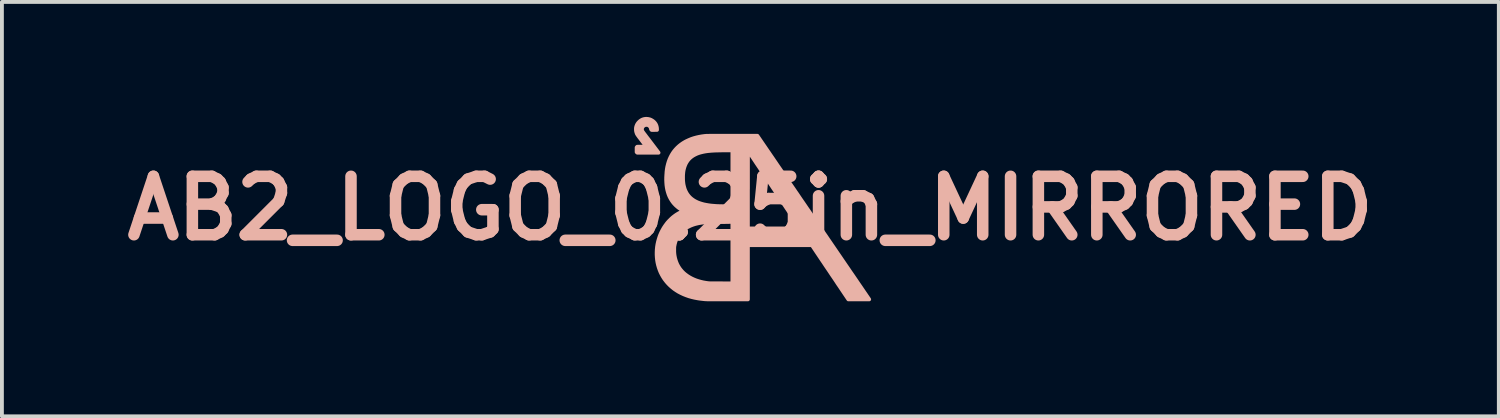
<source format=kicad_pcb>
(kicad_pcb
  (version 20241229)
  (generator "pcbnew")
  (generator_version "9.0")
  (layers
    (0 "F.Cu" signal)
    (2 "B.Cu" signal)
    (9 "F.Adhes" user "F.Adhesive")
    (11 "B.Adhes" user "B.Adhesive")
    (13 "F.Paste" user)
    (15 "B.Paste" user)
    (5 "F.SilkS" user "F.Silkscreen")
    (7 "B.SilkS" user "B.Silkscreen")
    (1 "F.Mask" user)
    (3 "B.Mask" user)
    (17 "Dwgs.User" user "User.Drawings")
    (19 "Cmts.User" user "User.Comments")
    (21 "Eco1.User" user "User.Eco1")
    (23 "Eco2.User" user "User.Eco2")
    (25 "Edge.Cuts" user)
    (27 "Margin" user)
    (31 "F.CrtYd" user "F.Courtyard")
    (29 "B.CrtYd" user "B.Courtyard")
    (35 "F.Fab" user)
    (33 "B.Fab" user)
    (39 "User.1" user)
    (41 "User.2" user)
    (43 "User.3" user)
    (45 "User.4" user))
  (footprint "AB2_LOGO_0.25in_MIRRORED"
    (layer "F.Cu")
    (at 16.517 2.382)
    (property "Reference" "AB2_LOGO_0.25in_MIRRORED" (at 0 0 0) (layer "B.SilkS") (effects (font (size 1.524 1.524) (thickness 0.3))))
    (attr through_hole)
    (fp_poly (pts (xy -2.394 -1.45) (xy -2.671 -1.45) (xy -2.947 -1.45) (xy -2.956 -1.458) (xy -2.965 -1.466) (xy -2.965 -1.527) (xy -2.965 -1.588) (xy -2.958 -1.596) (xy -2.95 -1.605) (xy -2.83 -1.606) (xy -2.808 -1.606) (xy -2.787 -1.606) (xy -2.768 -1.606) (xy -2.751 -1.607) (xy -2.736 -1.607) (xy -2.725 -1.607) (xy -2.716 -1.607) (xy -2.711 -1.607) (xy -2.71 -1.607) (xy -2.711 -1.609) (xy -2.715 -1.614) (xy -2.72 -1.622) (xy -2.728 -1.632) (xy -2.737 -1.644) (xy -2.748 -1.658) (xy -2.76 -1.674) (xy -2.773 -1.691) (xy -2.787 -1.71) (xy -2.79 -1.714) (xy -2.814 -1.745) (xy -2.835 -1.773) (xy -2.854 -1.798) (xy -2.871 -1.82) (xy -2.886 -1.84) (xy -2.9 -1.857) (xy -2.911 -1.873) (xy -2.921 -1.886) (xy -2.929 -1.897) (xy -2.936 -1.908) (xy -2.942 -1.916) (xy -2.947 -1.924) (xy -2.951 -1.931) (xy -2.955 -1.937) (xy -2.958 -1.942) (xy -2.96 -1.948) (xy -2.962 -1.953) (xy -2.964 -1.958) (xy -2.966 -1.964) (xy -2.967 -1.967) (xy -2.974 -1.989) (xy -2.979 -2.01) (xy -2.982 -2.032) (xy -2.983 -2.055) (xy -2.983 -2.062) (xy -2.983 -2.08) (xy -2.982 -2.096) (xy -2.979 -2.111) (xy -2.976 -2.126) (xy -2.971 -2.143) (xy -2.969 -2.147) (xy -2.958 -2.176) (xy -2.942 -2.204) (xy -2.923 -2.23) (xy -2.901 -2.253) (xy -2.877 -2.275) (xy -2.851 -2.293) (xy -2.823 -2.309) (xy -2.794 -2.32) (xy -2.764 -2.328) (xy -2.732 -2.332) (xy -2.7 -2.332) (xy -2.667 -2.329) (xy -2.635 -2.322) (xy -2.62 -2.318) (xy -2.591 -2.306) (xy -2.563 -2.29) (xy -2.536 -2.272) (xy -2.512 -2.251) (xy -2.491 -2.228) (xy -2.473 -2.203) (xy -2.464 -2.187) (xy -2.451 -2.158) (xy -2.442 -2.126) (xy -2.436 -2.093) (xy -2.435 -2.072) (xy -2.434 -2.045) (xy -2.504 -2.044) (xy -2.574 -2.044) (xy -2.581 -2.052) (xy -2.585 -2.056) (xy -2.588 -2.061) (xy -2.589 -2.066) (xy -2.591 -2.073) (xy -2.592 -2.081) (xy -2.593 -2.088) (xy -2.597 -2.097) (xy -2.6 -2.106) (xy -2.602 -2.109) (xy -2.613 -2.127) (xy -2.627 -2.143) (xy -2.644 -2.157) (xy -2.663 -2.167) (xy -2.677 -2.173) (xy -2.688 -2.175) (xy -2.701 -2.176) (xy -2.715 -2.176) (xy -2.728 -2.175) (xy -2.739 -2.173) (xy -2.76 -2.165) (xy -2.779 -2.154) (xy -2.795 -2.14) (xy -2.809 -2.124) (xy -2.819 -2.106) (xy -2.822 -2.1) (xy -2.825 -2.087) (xy -2.827 -2.072) (xy -2.828 -2.057) (xy -2.826 -2.042) (xy -2.826 -2.04) (xy -2.825 -2.036) (xy -2.824 -2.033) (xy -2.824 -2.029) (xy -2.823 -2.026) (xy -2.821 -2.022) (xy -2.819 -2.018) (xy -2.817 -2.013) (xy -2.814 -2.008) (xy -2.81 -2.002) (xy -2.805 -1.994) (xy -2.799 -1.985) (xy -2.791 -1.975) (xy -2.783 -1.963) (xy -2.773 -1.95) (xy -2.761 -1.934) (xy -2.747 -1.916) (xy -2.732 -1.896) (xy -2.715 -1.873) (xy -2.696 -1.848) (xy -2.674 -1.82) (xy -2.65 -1.789) (xy -2.63 -1.762) (xy -2.613 -1.74) (xy -2.596 -1.717) (xy -2.577 -1.693) (xy -2.559 -1.669) (xy -2.541 -1.645) (xy -2.523 -1.621) (xy -2.505 -1.598) (xy -2.488 -1.575) (xy -2.472 -1.554) (xy -2.457 -1.534) (xy -2.443 -1.516) (xy -2.43 -1.499) (xy -2.42 -1.485) (xy -2.411 -1.473) (xy -2.404 -1.464) (xy -2.4 -1.459) (xy -2.394 -1.45)) (stroke (width 0.1) (type solid)) (fill yes) (layer "B.SilkS"))
    (fp_poly (pts (xy 3.099 2.375) (xy 2.828 2.375) (xy 2.556 2.375) (xy 2.362 2.086) (xy 2.342 2.056) (xy 2.319 2.022) (xy 2.294 1.986) (xy 2.268 1.947) (xy 2.241 1.905) (xy 2.212 1.862) (xy 2.182 1.817) (xy 2.151 1.772) (xy 2.119 1.725) (xy 2.088 1.678) (xy 2.056 1.63) (xy 2.024 1.583) (xy 1.992 1.536) (xy 1.961 1.49) (xy 1.931 1.445) (xy 1.902 1.401) (xy 1.887 1.38) (xy 1.606 0.961) (xy 1.298 0.961) (xy 1.298 0.525) (xy 1.294 0.519) (xy 1.293 0.517) (xy 1.289 0.511) (xy 1.283 0.502) (xy 1.275 0.491) (xy 1.265 0.476) (xy 1.253 0.458) (xy 1.24 0.437) (xy 1.224 0.415) (xy 1.207 0.389) (xy 1.189 0.362) (xy 1.169 0.332) (xy 1.148 0.3) (xy 1.125 0.267) (xy 1.102 0.231) (xy 1.077 0.194) (xy 1.052 0.156) (xy 1.025 0.117) (xy 0.998 0.076) (xy 0.97 0.034) (xy 0.944 -0.004) (xy 0.911 -0.054) (xy 0.876 -0.107) (xy 0.839 -0.162) (xy 0.801 -0.219) (xy 0.761 -0.278) (xy 0.721 -0.338) (xy 0.68 -0.4) (xy 0.639 -0.462) (xy 0.597 -0.524) (xy 0.556 -0.586) (xy 0.515 -0.647) (xy 0.474 -0.707) (xy 0.435 -0.766) (xy 0.397 -0.823) (xy 0.36 -0.879) (xy 0.324 -0.931) (xy 0.291 -0.981) (xy 0.269 -1.014) (xy 0.242 -1.055) (xy 0.214 -1.096) (xy 0.188 -1.135) (xy 0.162 -1.173) (xy 0.138 -1.21) (xy 0.114 -1.246) (xy 0.091 -1.28) (xy 0.07 -1.312) (xy 0.05 -1.342) (xy 0.031 -1.37) (xy 0.014 -1.396) (xy -0.002 -1.419) (xy -0.016 -1.441) (xy -0.029 -1.459) (xy -0.039 -1.475) (xy -0.048 -1.488) (xy -0.055 -1.498) (xy -0.059 -1.504) (xy -0.061 -1.508) (xy -0.062 -1.508) (xy -0.062 -1.506) (xy -0.062 -1.5) (xy -0.062 -1.49) (xy -0.062 -1.476) (xy -0.062 -1.458) (xy -0.062 -1.437) (xy -0.062 -1.412) (xy -0.063 -1.384) (xy -0.063 -1.352) (xy -0.063 -1.318) (xy -0.063 -1.28) (xy -0.063 -1.239) (xy -0.063 -1.196) (xy -0.063 -1.15) (xy -0.063 -1.101) (xy -0.063 -1.05) (xy -0.063 -0.996) (xy -0.063 -0.941) (xy -0.063 -0.883) (xy -0.063 -0.823) (xy -0.063 -0.762) (xy -0.063 -0.698) (xy -0.063 -0.633) (xy -0.063 -0.567) (xy -0.063 -0.499) (xy -0.064 -0.493) (xy -0.064 0.525) (xy 0.617 0.525) (xy 1.298 0.525) (xy 1.298 0.961) (xy 0.771 0.961) (xy -0.064 0.961) (xy -0.064 1.668) (xy -0.064 2.375) (xy -0.468 2.375) (xy -0.468 1.958) (xy -0.468 1.156) (xy -0.468 0.353) (xy -0.468 -0.053) (xy -0.468 -0.782) (xy -0.468 -1.511) (xy -0.61 -1.511) (xy -0.669 -1.511) (xy -0.724 -1.511) (xy -0.775 -1.51) (xy -0.823 -1.509) (xy -0.868 -1.508) (xy -0.909 -1.507) (xy -0.948 -1.505) (xy -0.985 -1.503) (xy -1.02 -1.501) (xy -1.052 -1.498) (xy -1.083 -1.495) (xy -1.113 -1.492) (xy -1.142 -1.488) (xy -1.169 -1.484) (xy -1.196 -1.479) (xy -1.223 -1.474) (xy -1.242 -1.47) (xy -1.299 -1.456) (xy -1.352 -1.44) (xy -1.401 -1.421) (xy -1.447 -1.399) (xy -1.49 -1.375) (xy -1.53 -1.348) (xy -1.567 -1.318) (xy -1.6 -1.286) (xy -1.63 -1.251) (xy -1.656 -1.213) (xy -1.68 -1.173) (xy -1.7 -1.129) (xy -1.717 -1.084) (xy -1.729 -1.043) (xy -1.737 -1.012) (xy -1.743 -0.982) (xy -1.748 -0.951) (xy -1.751 -0.919) (xy -1.754 -0.885) (xy -1.756 -0.848) (xy -1.756 -0.824) (xy -1.756 -0.775) (xy -1.755 -0.728) (xy -1.751 -0.684) (xy -1.746 -0.642) (xy -1.739 -0.602) (xy -1.729 -0.562) (xy -1.724 -0.543) (xy -1.717 -0.52) (xy -1.711 -0.5) (xy -1.704 -0.482) (xy -1.696 -0.463) (xy -1.687 -0.444) (xy -1.683 -0.435) (xy -1.661 -0.394) (xy -1.636 -0.356) (xy -1.608 -0.32) (xy -1.577 -0.286) (xy -1.543 -0.255) (xy -1.506 -0.227) (xy -1.466 -0.2) (xy -1.422 -0.176) (xy -1.376 -0.154) (xy -1.326 -0.135) (xy -1.273 -0.118) (xy -1.216 -0.102) (xy -1.156 -0.09) (xy -1.092 -0.079) (xy -1.025 -0.07) (xy -0.967 -0.065) (xy -0.942 -0.063) (xy -0.917 -0.061) (xy -0.892 -0.059) (xy -0.867 -0.058) (xy -0.841 -0.057) (xy -0.814 -0.056) (xy -0.785 -0.055) (xy -0.755 -0.055) (xy -0.721 -0.054) (xy -0.685 -0.054) (xy -0.646 -0.053) (xy -0.604 -0.053) (xy -0.468 -0.053) (xy -0.468 0.353) (xy -0.531 0.354) (xy -0.56 0.355) (xy -0.592 0.356) (xy -0.626 0.356) (xy -0.662 0.357) (xy -0.699 0.357) (xy -0.736 0.358) (xy -0.774 0.358) (xy -0.811 0.359) (xy -0.847 0.359) (xy -0.881 0.359) (xy -0.913 0.36) (xy -0.942 0.36) (xy -0.968 0.36) (xy -0.981 0.36) (xy -1.023 0.36) (xy -1.06 0.36) (xy -1.095 0.361) (xy -1.127 0.362) (xy -1.156 0.364) (xy -1.184 0.366) (xy -1.211 0.368) (xy -1.237 0.371) (xy -1.263 0.374) (xy -1.278 0.376) (xy -1.34 0.386) (xy -1.398 0.399) (xy -1.453 0.413) (xy -1.506 0.431) (xy -1.557 0.451) (xy -1.599 0.471) (xy -1.637 0.49) (xy -1.672 0.51) (xy -1.703 0.531) (xy -1.733 0.554) (xy -1.762 0.578) (xy -1.791 0.606) (xy -1.794 0.608) (xy -1.83 0.647) (xy -1.862 0.689) (xy -1.891 0.732) (xy -1.916 0.778) (xy -1.938 0.826) (xy -1.956 0.876) (xy -1.97 0.928) (xy -1.981 0.983) (xy -1.983 0.992) (xy -1.984 1) (xy -1.985 1.009) (xy -1.985 1.019) (xy -1.986 1.03) (xy -1.986 1.044) (xy -1.986 1.06) (xy -1.986 1.08) (xy -1.986 1.084) (xy -1.986 1.11) (xy -1.986 1.133) (xy -1.985 1.154) (xy -1.983 1.174) (xy -1.982 1.193) (xy -1.979 1.213) (xy -1.976 1.234) (xy -1.974 1.247) (xy -1.962 1.305) (xy -1.946 1.361) (xy -1.927 1.414) (xy -1.905 1.466) (xy -1.878 1.515) (xy -1.849 1.562) (xy -1.815 1.606) (xy -1.778 1.649) (xy -1.738 1.689) (xy -1.694 1.726) (xy -1.646 1.761) (xy -1.633 1.77) (xy -1.582 1.802) (xy -1.528 1.831) (xy -1.472 1.857) (xy -1.412 1.881) (xy -1.35 1.901) (xy -1.286 1.919) (xy -1.22 1.934) (xy -1.217 1.934) (xy -1.19 1.939) (xy -1.161 1.944) (xy -1.133 1.948) (xy -1.105 1.952) (xy -1.079 1.954) (xy -1.056 1.956) (xy -1.046 1.956) (xy -1.042 1.957) (xy -1.034 1.957) (xy -1.022 1.957) (xy -1.007 1.957) (xy -0.988 1.957) (xy -0.967 1.957) (xy -0.943 1.957) (xy -0.917 1.957) (xy -0.889 1.957) (xy -0.858 1.957) (xy -0.827 1.957) (xy -0.793 1.957) (xy -0.759 1.957) (xy -0.749 1.957) (xy -0.468 1.958) (xy -0.468 2.375) (xy -0.59 2.374) (xy -0.637 2.374) (xy -0.683 2.374) (xy -0.728 2.374) (xy -0.772 2.374) (xy -0.814 2.374) (xy -0.854 2.374) (xy -0.892 2.374) (xy -0.929 2.374) (xy -0.963 2.374) (xy -0.994 2.374) (xy -1.023 2.374) (xy -1.049 2.374) (xy -1.071 2.374) (xy -1.091 2.374) (xy -1.107 2.374) (xy -1.12 2.374) (xy -1.128 2.373) (xy -1.133 2.373) (xy -1.133 2.373) (xy -1.16 2.372) (xy -1.19 2.37) (xy -1.222 2.367) (xy -1.255 2.363) (xy -1.289 2.359) (xy -1.323 2.355) (xy -1.355 2.35) (xy -1.374 2.347) (xy -1.453 2.332) (xy -1.529 2.314) (xy -1.603 2.293) (xy -1.674 2.268) (xy -1.742 2.241) (xy -1.808 2.21) (xy -1.871 2.177) (xy -1.931 2.14) (xy -1.988 2.101) (xy -2.042 2.058) (xy -2.093 2.013) (xy -2.141 1.965) (xy -2.186 1.914) (xy -2.228 1.86) (xy -2.241 1.843) (xy -2.277 1.787) (xy -2.31 1.729) (xy -2.34 1.67) (xy -2.365 1.609) (xy -2.387 1.546) (xy -2.406 1.481) (xy -2.421 1.416) (xy -2.432 1.349) (xy -2.439 1.281) (xy -2.443 1.213) (xy -2.443 1.145) (xy -2.44 1.076) (xy -2.433 1.007) (xy -2.422 0.938) (xy -2.407 0.87) (xy -2.388 0.802) (xy -2.366 0.734) (xy -2.352 0.697) (xy -2.324 0.633) (xy -2.293 0.572) (xy -2.259 0.512) (xy -2.221 0.455) (xy -2.18 0.399) (xy -2.158 0.371) (xy -2.146 0.358) (xy -2.132 0.342) (xy -2.116 0.325) (xy -2.098 0.308) (xy -2.081 0.29) (xy -2.063 0.273) (xy -2.046 0.257) (xy -2.031 0.244) (xy -2.022 0.236) (xy -1.977 0.201) (xy -1.932 0.169) (xy -1.885 0.14) (xy -1.839 0.115) (xy -1.794 0.093) (xy -1.783 0.088) (xy -1.772 0.084) (xy -1.763 0.079) (xy -1.757 0.076) (xy -1.756 0.076) (xy -1.746 0.071) (xy -1.754 0.064) (xy -1.758 0.061) (xy -1.766 0.056) (xy -1.775 0.05) (xy -1.786 0.043) (xy -1.797 0.035) (xy -1.799 0.034) (xy -1.825 0.017) (xy -1.848 0.002) (xy -1.868 -0.012) (xy -1.886 -0.026) (xy -1.903 -0.04) (xy -1.919 -0.054) (xy -1.936 -0.069) (xy -1.95 -0.082) (xy -1.988 -0.122) (xy -2.024 -0.166) (xy -2.055 -0.211) (xy -2.084 -0.26) (xy -2.11 -0.311) (xy -2.132 -0.365) (xy -2.15 -0.421) (xy -2.166 -0.48) (xy -2.178 -0.541) (xy -2.187 -0.605) (xy -2.192 -0.672) (xy -2.195 -0.741) (xy -2.194 -0.813) (xy -2.193 -0.829) (xy -2.191 -0.869) (xy -2.188 -0.906) (xy -2.186 -0.94) (xy -2.183 -0.972) (xy -2.179 -1.001) (xy -2.175 -1.03) (xy -2.17 -1.058) (xy -2.165 -1.086) (xy -2.163 -1.093) (xy -2.147 -1.158) (xy -2.128 -1.221) (xy -2.106 -1.28) (xy -2.08 -1.337) (xy -2.051 -1.392) (xy -2.019 -1.444) (xy -1.984 -1.493) (xy -1.945 -1.539) (xy -1.903 -1.583) (xy -1.857 -1.625) (xy -1.809 -1.663) (xy -1.757 -1.699) (xy -1.702 -1.732) (xy -1.664 -1.752) (xy -1.603 -1.78) (xy -1.54 -1.806) (xy -1.475 -1.828) (xy -1.406 -1.847) (xy -1.335 -1.863) (xy -1.262 -1.876) (xy -1.185 -1.886) (xy -1.169 -1.887) (xy -1.166 -1.888) (xy -1.162 -1.888) (xy -1.157 -1.888) (xy -1.152 -1.889) (xy -1.147 -1.889) (xy -1.14 -1.889) (xy -1.133 -1.89) (xy -1.125 -1.89) (xy -1.115 -1.89) (xy -1.104 -1.89) (xy -1.092 -1.89) (xy -1.077 -1.89) (xy -1.061 -1.891) (xy -1.043 -1.891) (xy -1.023 -1.891) (xy -1.001 -1.891) (xy -0.976 -1.891) (xy -0.949 -1.891) (xy -0.919 -1.891) (xy -0.886 -1.891) (xy -0.85 -1.891) (xy -0.811 -1.891) (xy -0.768 -1.891) (xy -0.722 -1.891) (xy -0.673 -1.891) (xy -0.62 -1.891) (xy -0.563 -1.891) (xy -0.502 -1.891) (xy -0.474 -1.891) (xy 0.183 -1.891) (xy 0.332 -1.673) (xy 0.353 -1.642) (xy 0.376 -1.609) (xy 0.401 -1.572) (xy 0.427 -1.534) (xy 0.455 -1.493) (xy 0.485 -1.45) (xy 0.516 -1.404) (xy 0.549 -1.356) (xy 0.583 -1.307) (xy 0.618 -1.255) (xy 0.655 -1.201) (xy 0.692 -1.146) (xy 0.731 -1.089) (xy 0.772 -1.03) (xy 0.813 -0.97) (xy 0.855 -0.908) (xy 0.898 -0.845) (xy 0.942 -0.78) (xy 0.987 -0.715) (xy 1.033 -0.648) (xy 1.079 -0.58) (xy 1.127 -0.511) (xy 1.174 -0.441) (xy 1.223 -0.371) (xy 1.271 -0.299) (xy 1.32 -0.227) (xy 1.37 -0.155) (xy 1.42 -0.082) (xy 1.47 -0.008) (xy 1.521 0.065) (xy 1.571 0.139) (xy 1.622 0.213) (xy 1.673 0.288) (xy 1.723 0.362) (xy 1.774 0.436) (xy 1.824 0.51) (xy 1.875 0.583) (xy 1.925 0.657) (xy 1.975 0.729) (xy 2.024 0.802) (xy 2.073 0.873) (xy 2.122 0.945) (xy 2.17 1.015) (xy 2.217 1.084) (xy 2.264 1.153) (xy 2.31 1.22) (xy 2.356 1.287) (xy 2.4 1.352) (xy 2.444 1.416) (xy 2.487 1.479) (xy 2.529 1.54) (xy 2.57 1.6) (xy 2.609 1.658) (xy 2.648 1.714) (xy 2.686 1.769) (xy 2.722 1.822) (xy 2.757 1.873) (xy 2.79 1.922) (xy 2.822 1.969) (xy 2.853 2.014) (xy 2.882 2.056) (xy 2.909 2.096) (xy 2.935 2.134) (xy 2.959 2.17) (xy 2.981 2.202) (xy 3.002 2.232) (xy 3.021 2.26) (xy 3.037 2.284) (xy 3.052 2.305) (xy 3.065 2.324) (xy 3.075 2.34) (xy 3.084 2.352) (xy 3.09 2.361) (xy 3.094 2.367) (xy 3.095 2.369) (xy 3.095 2.369) (xy 3.099 2.375)) (stroke (width 0.1) (type solid)) (fill yes) (layer "B.SilkS")))
  (gr_rect
    (start -3 -3)
    (end 36.035 7.807)
    (stroke (width 0.1) (type default))
    (fill no)
    (layer "Edge.Cuts")))
</source>
